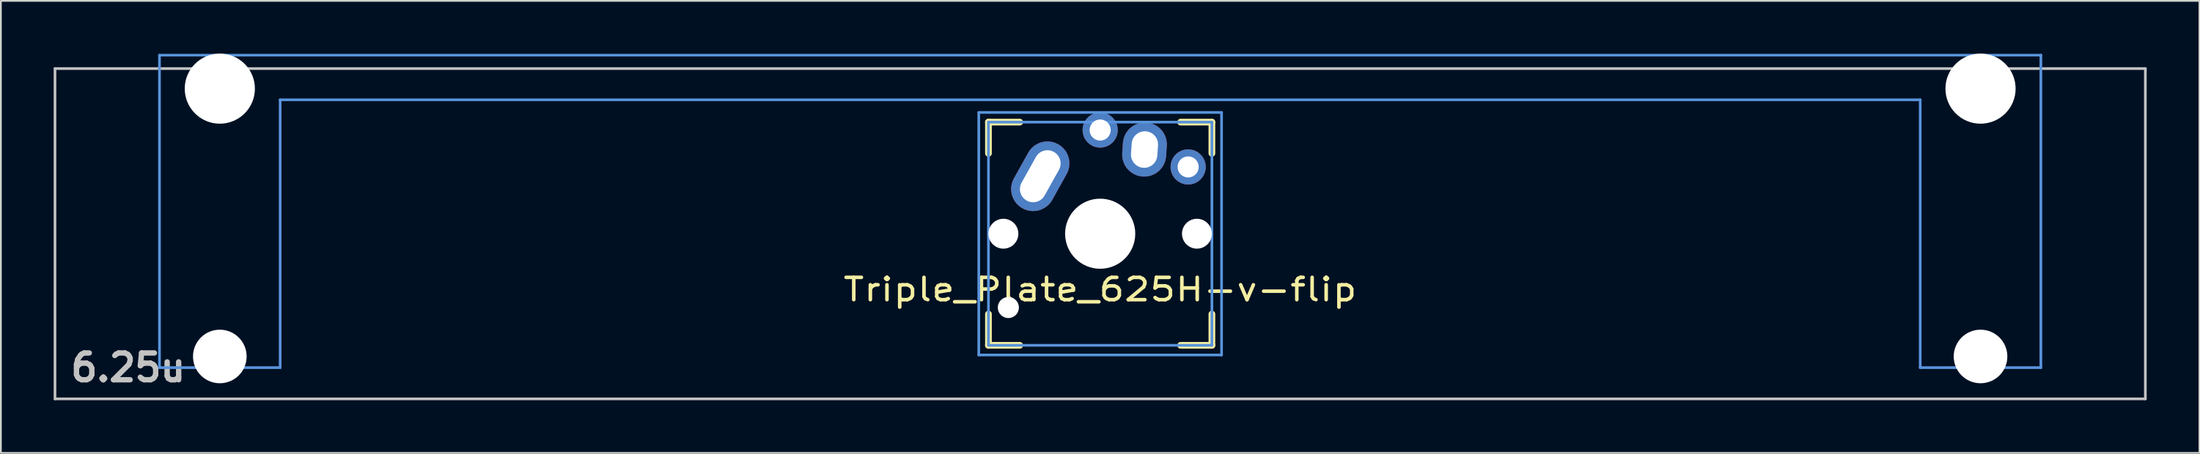
<source format=kicad_pcb>
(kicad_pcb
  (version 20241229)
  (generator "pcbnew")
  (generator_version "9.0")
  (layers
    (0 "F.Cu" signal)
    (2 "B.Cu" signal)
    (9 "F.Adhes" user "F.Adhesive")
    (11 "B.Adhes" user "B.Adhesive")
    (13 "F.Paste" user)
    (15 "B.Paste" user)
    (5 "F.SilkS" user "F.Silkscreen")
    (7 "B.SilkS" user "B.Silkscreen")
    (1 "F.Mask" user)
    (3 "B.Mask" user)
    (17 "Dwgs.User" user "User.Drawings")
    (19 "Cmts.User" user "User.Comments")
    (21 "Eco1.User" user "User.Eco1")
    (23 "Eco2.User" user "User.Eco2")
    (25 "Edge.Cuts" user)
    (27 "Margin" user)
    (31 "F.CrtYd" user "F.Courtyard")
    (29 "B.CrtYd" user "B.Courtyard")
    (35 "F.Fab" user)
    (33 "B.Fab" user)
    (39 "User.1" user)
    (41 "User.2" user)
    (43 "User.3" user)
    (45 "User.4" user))
  (footprint "Triple_Plate_625H-v-flip"
    (layer "F.Cu")
    (at 59.482 10.249)
    (property "Reference" "Triple_Plate_625H-v-flip" (at 0 3.175 0) (layer "F.SilkS") (effects (font (size 1.27 1.524) (thickness 0.203))))
    (attr through_hole)
    (fp_line (start -6.35 -6.35) (end -4.572 -6.35) (stroke (width 0.381) (type solid)) (layer "F.SilkS"))
    (fp_line (start -6.35 -4.572) (end -6.35 -6.35) (stroke (width 0.381) (type solid)) (layer "F.SilkS"))
    (fp_line (start -6.35 6.35) (end -6.35 4.572) (stroke (width 0.381) (type solid)) (layer "F.SilkS"))
    (fp_line (start -4.572 6.35) (end -6.35 6.35) (stroke (width 0.381) (type solid)) (layer "F.SilkS"))
    (fp_line (start 4.572 -6.35) (end 6.35 -6.35) (stroke (width 0.381) (type solid)) (layer "F.SilkS"))
    (fp_line (start 6.35 -6.35) (end 6.35 -4.572) (stroke (width 0.381) (type solid)) (layer "F.SilkS"))
    (fp_line (start 6.35 4.572) (end 6.35 6.35) (stroke (width 0.381) (type solid)) (layer "F.SilkS"))
    (fp_line (start 6.35 6.35) (end 4.572 6.35) (stroke (width 0.381) (type solid)) (layer "F.SilkS"))
    (fp_line (start -59.406 -9.398) (end 59.406 -9.398) (stroke (width 0.152) (type solid)) (layer "Dwgs.User"))
    (fp_line (start -59.406 9.398) (end -59.406 -9.398) (stroke (width 0.152) (type solid)) (layer "Dwgs.User"))
    (fp_line (start 59.406 -9.398) (end 59.406 9.398) (stroke (width 0.152) (type solid)) (layer "Dwgs.User"))
    (fp_line (start 59.406 9.398) (end -59.406 9.398) (stroke (width 0.152) (type solid)) (layer "Dwgs.User"))
    (fp_line (start -53.467 -10.16) (end -53.467 7.62) (stroke (width 0.152) (type solid)) (layer "Cmts.User"))
    (fp_line (start -53.467 7.62) (end -46.609 7.62) (stroke (width 0.152) (type solid)) (layer "Cmts.User"))
    (fp_line (start -46.609 -7.62) (end 46.609 -7.62) (stroke (width 0.152) (type solid)) (layer "Cmts.User"))
    (fp_line (start -46.609 7.62) (end -46.609 -7.62) (stroke (width 0.152) (type solid)) (layer "Cmts.User"))
    (fp_line (start -6.9 -6.9) (end 6.9 -6.9) (stroke (width 0.152) (type solid)) (layer "Cmts.User"))
    (fp_line (start -6.9 6.9) (end -6.9 -6.9) (stroke (width 0.152) (type solid)) (layer "Cmts.User"))
    (fp_line (start -6.35 -6.35) (end 6.35 -6.35) (stroke (width 0.152) (type solid)) (layer "Cmts.User"))
    (fp_line (start -6.35 6.35) (end -6.35 -6.35) (stroke (width 0.152) (type solid)) (layer "Cmts.User"))
    (fp_line (start 6.35 -6.35) (end 6.35 6.35) (stroke (width 0.152) (type solid)) (layer "Cmts.User"))
    (fp_line (start 6.35 6.35) (end -6.35 6.35) (stroke (width 0.152) (type solid)) (layer "Cmts.User"))
    (fp_line (start 6.9 -6.9) (end 6.9 6.9) (stroke (width 0.152) (type solid)) (layer "Cmts.User"))
    (fp_line (start 6.9 6.9) (end -6.9 6.9) (stroke (width 0.152) (type solid)) (layer "Cmts.User"))
    (fp_line (start 46.609 -7.62) (end 46.609 7.62) (stroke (width 0.152) (type solid)) (layer "Cmts.User"))
    (fp_line (start 46.609 7.62) (end 53.467 7.62) (stroke (width 0.152) (type solid)) (layer "Cmts.User"))
    (fp_line (start 53.467 -10.16) (end -53.467 -10.16) (stroke (width 0.152) (type solid)) (layer "Cmts.User"))
    (fp_line (start 53.467 7.62) (end 53.467 -10.16) (stroke (width 0.152) (type solid)) (layer "Cmts.User"))
    (fp_line (start -54.229 -0.508) (end -53.365 -0.508) (stroke (width 0.152) (type solid)) (layer "Eco2.User"))
    (fp_line (start -54.229 2.286) (end -54.229 -0.508) (stroke (width 0.152) (type solid)) (layer "Eco2.User"))
    (fp_line (start -53.365 -6.604) (end -52.324 -6.604) (stroke (width 0.152) (type solid)) (layer "Eco2.User"))
    (fp_line (start -53.365 -0.508) (end -53.365 -6.604) (stroke (width 0.152) (type solid)) (layer "Eco2.User"))
    (fp_line (start -53.365 2.286) (end -54.229 2.286) (stroke (width 0.152) (type solid)) (layer "Eco2.User"))
    (fp_line (start -53.365 5.69) (end -53.365 2.286) (stroke (width 0.152) (type solid)) (layer "Eco2.User"))
    (fp_line (start -52.324 -7.772) (end -47.752 -7.772) (stroke (width 0.152) (type solid)) (layer "Eco2.User"))
    (fp_line (start -52.324 -6.604) (end -52.324 -7.772) (stroke (width 0.152) (type solid)) (layer "Eco2.User"))
    (fp_line (start -47.752 -7.772) (end -47.752 -6.604) (stroke (width 0.152) (type solid)) (layer "Eco2.User"))
    (fp_line (start -47.752 -6.604) (end -46.711 -6.604) (stroke (width 0.152) (type solid)) (layer "Eco2.User"))
    (fp_line (start -46.711 -6.604) (end -46.711 -2.286) (stroke (width 0.152) (type solid)) (layer "Eco2.User"))
    (fp_line (start -46.711 -2.286) (end -6.985 -2.286) (stroke (width 0.152) (type solid)) (layer "Eco2.User"))
    (fp_line (start -46.711 2.286) (end -46.711 5.69) (stroke (width 0.152) (type solid)) (layer "Eco2.User"))
    (fp_line (start -46.711 5.69) (end -53.365 5.69) (stroke (width 0.152) (type solid)) (layer "Eco2.User"))
    (fp_line (start -7.5 -7.5) (end 7.5 -7.5) (stroke (width 0.152) (type solid)) (layer "Eco2.User"))
    (fp_line (start -7.5 7.5) (end -7.5 -7.5) (stroke (width 0.152) (type solid)) (layer "Eco2.User"))
    (fp_line (start -6.985 -6.985) (end 6.985 -6.985) (stroke (width 0.152) (type solid)) (layer "Eco2.User"))
    (fp_line (start -6.985 -2.286) (end -6.985 -6.985) (stroke (width 0.152) (type solid)) (layer "Eco2.User"))
    (fp_line (start -6.985 2.286) (end -46.711 2.286) (stroke (width 0.152) (type solid)) (layer "Eco2.User"))
    (fp_line (start -6.985 6.985) (end -6.985 2.286) (stroke (width 0.152) (type solid)) (layer "Eco2.User"))
    (fp_line (start 6.985 -6.985) (end 6.985 -2.286) (stroke (width 0.152) (type solid)) (layer "Eco2.User"))
    (fp_line (start 6.985 -2.286) (end 46.711 -2.286) (stroke (width 0.152) (type solid)) (layer "Eco2.User"))
    (fp_line (start 6.985 2.286) (end 6.985 6.985) (stroke (width 0.152) (type solid)) (layer "Eco2.User"))
    (fp_line (start 6.985 6.985) (end -6.985 6.985) (stroke (width 0.152) (type solid)) (layer "Eco2.User"))
    (fp_line (start 7.5 -7.5) (end 7.5 7.5) (stroke (width 0.152) (type solid)) (layer "Eco2.User"))
    (fp_line (start 7.5 7.5) (end -7.5 7.5) (stroke (width 0.152) (type solid)) (layer "Eco2.User"))
    (fp_line (start 46.711 -6.604) (end 47.752 -6.604) (stroke (width 0.152) (type solid)) (layer "Eco2.User"))
    (fp_line (start 46.711 -2.286) (end 46.711 -6.604) (stroke (width 0.152) (type solid)) (layer "Eco2.User"))
    (fp_line (start 46.711 2.286) (end 6.985 2.286) (stroke (width 0.152) (type solid)) (layer "Eco2.User"))
    (fp_line (start 46.711 5.69) (end 46.711 2.286) (stroke (width 0.152) (type solid)) (layer "Eco2.User"))
    (fp_line (start 47.752 -7.772) (end 52.324 -7.772) (stroke (width 0.152) (type solid)) (layer "Eco2.User"))
    (fp_line (start 47.752 -6.604) (end 47.752 -7.772) (stroke (width 0.152) (type solid)) (layer "Eco2.User"))
    (fp_line (start 52.324 -7.772) (end 52.324 -6.604) (stroke (width 0.152) (type solid)) (layer "Eco2.User"))
    (fp_line (start 52.324 -6.604) (end 53.365 -6.604) (stroke (width 0.152) (type solid)) (layer "Eco2.User"))
    (fp_line (start 53.365 -6.604) (end 53.365 -0.508) (stroke (width 0.152) (type solid)) (layer "Eco2.User"))
    (fp_line (start 53.365 -0.508) (end 54.229 -0.508) (stroke (width 0.152) (type solid)) (layer "Eco2.User"))
    (fp_line (start 53.365 2.286) (end 53.365 5.69) (stroke (width 0.152) (type solid)) (layer "Eco2.User"))
    (fp_line (start 53.365 5.69) (end 46.711 5.69) (stroke (width 0.152) (type solid)) (layer "Eco2.User"))
    (fp_line (start 54.229 -0.508) (end 54.229 2.286) (stroke (width 0.152) (type solid)) (layer "Eco2.User"))
    (fp_line (start 54.229 2.286) (end 53.365 2.286) (stroke (width 0.152) (type solid)) (layer "Eco2.User"))
    (fp_text user "6.25u" (at -55.245 7.62 180) (layer "Dwgs.User") (effects (font (size 1.524 1.524) (thickness 0.305))))
    (pad "" np_thru_hole circle (at -50.038 -8.255 180) (size 3.988 3.988) (drill 3.988) (layers "*.Cu"))
    (pad "" np_thru_hole circle (at -50.038 6.985 180) (size 3.048 3.048) (drill 3.048) (layers "*.Cu"))
    (pad "" np_thru_hole circle (at -5.5 0) (size 1.7 1.7) (drill 1.7) (layers "*.Cu"))
    (pad "" np_thru_hole circle (at -5.22 4.2) (size 1.2 1.2) (drill 1.2) (layers "*.Cu"))
    (pad "" np_thru_hole circle (at 0 0) (size 3.4 3.4) (drill 3.4) (layers "*.Cu"))
    (pad "" np_thru_hole circle (at 0 0) (size 3.988 3.988) (drill 3.988) (layers "*.Cu"))
    (pad "" np_thru_hole circle (at 5.5 0) (size 1.7 1.7) (drill 1.7) (layers "*.Cu"))
    (pad "" np_thru_hole circle (at 50.038 -8.255 180) (size 3.988 3.988) (drill 3.988) (layers "*.Cu"))
    (pad "" np_thru_hole circle (at 50.038 6.985 180) (size 3.048 3.048) (drill 3.048) (layers "*.Cu"))
    (pad "1" thru_hole oval (at -3.405 -3.27 330.9) (size 2.5 4.17) (drill oval 1.5 3.17) (layers "*.Cu" "*.Mask"))
    (pad "1" thru_hole circle (at 0 -5.9) (size 2 2) (drill 1.2) (layers "*.Cu" "*.Mask"))
    (pad "2" thru_hole oval (at 2.52 -4.79 356.1) (size 2.5 3.08) (drill oval 1.5 2.08) (layers "*.Cu" "*.Mask"))
    (pad "2" thru_hole circle (at 5 -3.8 221.9) (size 2 2) (drill 1.2) (layers "*.Cu" "*.Mask")))
  (gr_rect
    (start -3 -3)
    (end 121.963 22.723)
    (stroke (width 0.1) (type default))
    (fill no)
    (layer "Edge.Cuts")))
</source>
